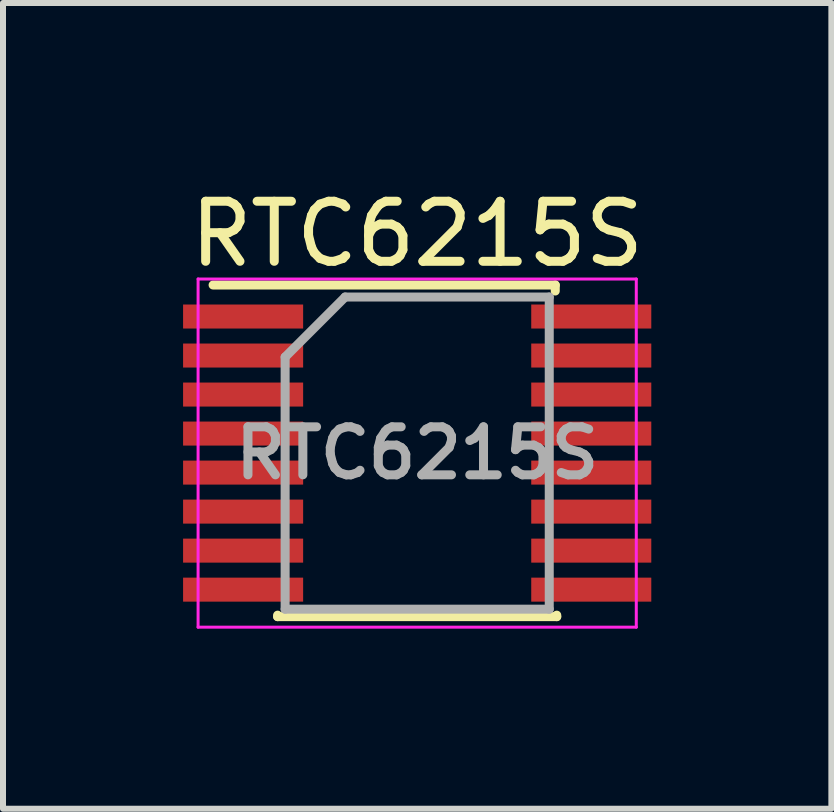
<source format=kicad_pcb>
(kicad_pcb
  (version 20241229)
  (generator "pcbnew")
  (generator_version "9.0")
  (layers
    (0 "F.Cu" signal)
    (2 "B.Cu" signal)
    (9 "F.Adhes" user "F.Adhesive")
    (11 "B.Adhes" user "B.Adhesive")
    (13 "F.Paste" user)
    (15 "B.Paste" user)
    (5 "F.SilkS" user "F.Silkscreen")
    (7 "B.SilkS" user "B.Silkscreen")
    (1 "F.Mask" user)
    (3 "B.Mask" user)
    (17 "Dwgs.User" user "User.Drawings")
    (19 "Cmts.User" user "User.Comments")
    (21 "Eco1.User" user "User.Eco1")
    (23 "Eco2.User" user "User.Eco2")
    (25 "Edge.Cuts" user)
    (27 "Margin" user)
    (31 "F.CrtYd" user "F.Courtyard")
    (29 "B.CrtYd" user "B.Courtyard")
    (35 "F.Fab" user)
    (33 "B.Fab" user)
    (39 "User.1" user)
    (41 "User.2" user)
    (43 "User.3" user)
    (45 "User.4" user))
  (footprint "RTC6215S"
    (layer "F.Cu")
    (at 3.9 4.498)
    (property "Reference" "RTC6215S" (at 0 -3.65 0) (layer "F.SilkS") (effects (font (size 1 1) (thickness 0.15))))
    (attr smd)
    (fp_line (start -3.4 -2.8) (end 2.3 -2.8) (stroke (width 0.15) (type solid)) (layer "F.SilkS"))
    (fp_line (start -2.325 2.725) (end -2.325 2.7) (stroke (width 0.15) (type solid)) (layer "F.SilkS"))
    (fp_line (start -2.325 2.725) (end 2.325 2.725) (stroke (width 0.15) (type solid)) (layer "F.SilkS"))
    (fp_line (start 2.3 -2.8) (end 2.3 -2.7) (stroke (width 0.15) (type solid)) (layer "F.SilkS"))
    (fp_line (start 2.325 2.725) (end 2.325 2.7) (stroke (width 0.15) (type solid)) (layer "F.SilkS"))
    (fp_line (start -3.65 -2.9) (end -3.65 2.9) (stroke (width 0.05) (type solid)) (layer "F.CrtYd"))
    (fp_line (start -3.65 -2.9) (end 3.65 -2.9) (stroke (width 0.05) (type solid)) (layer "F.CrtYd"))
    (fp_line (start -3.65 2.9) (end 3.65 2.9) (stroke (width 0.05) (type solid)) (layer "F.CrtYd"))
    (fp_line (start 3.65 -2.9) (end 3.65 2.9) (stroke (width 0.05) (type solid)) (layer "F.CrtYd"))
    (fp_line (start -2.2 -1.6) (end -1.2 -2.6) (stroke (width 0.15) (type solid)) (layer "F.Fab"))
    (fp_line (start -2.2 2.6) (end -2.2 -1.6) (stroke (width 0.15) (type solid)) (layer "F.Fab"))
    (fp_line (start -1.2 -2.6) (end 2.2 -2.6) (stroke (width 0.15) (type solid)) (layer "F.Fab"))
    (fp_line (start 2.2 -2.6) (end 2.2 2.6) (stroke (width 0.15) (type solid)) (layer "F.Fab"))
    (fp_line (start 2.2 2.6) (end -2.2 2.6) (stroke (width 0.15) (type solid)) (layer "F.Fab"))
    (fp_text user "${REFERENCE}" (at 0 0 0) (layer "F.Fab") (effects (font (size 0.8 0.8) (thickness 0.15))))
    (pad "1" smd rect (at -2.9 -2.275) (size 2 0.4) (layers "F.Cu" "F.Mask" "F.Paste"))
    (pad "2" smd rect (at -2.9 -1.625) (size 2 0.4) (layers "F.Cu" "F.Mask" "F.Paste"))
    (pad "3" smd rect (at -2.9 -0.975) (size 2 0.4) (layers "F.Cu" "F.Mask" "F.Paste"))
    (pad "4" smd rect (at -2.9 -0.325) (size 2 0.4) (layers "F.Cu" "F.Mask" "F.Paste"))
    (pad "5" smd rect (at -2.9 0.325) (size 2 0.4) (layers "F.Cu" "F.Mask" "F.Paste"))
    (pad "6" smd rect (at -2.9 0.975) (size 2 0.4) (layers "F.Cu" "F.Mask" "F.Paste"))
    (pad "7" smd rect (at -2.9 1.625) (size 2 0.4) (layers "F.Cu" "F.Mask" "F.Paste"))
    (pad "8" smd rect (at -2.9 2.275) (size 2 0.4) (layers "F.Cu" "F.Mask" "F.Paste"))
    (pad "9" smd rect (at 2.9 2.275) (size 2 0.4) (layers "F.Cu" "F.Mask" "F.Paste"))
    (pad "10" smd rect (at 2.9 1.625) (size 2 0.4) (layers "F.Cu" "F.Mask" "F.Paste"))
    (pad "11" smd rect (at 2.9 0.975) (size 2 0.4) (layers "F.Cu" "F.Mask" "F.Paste"))
    (pad "12" smd rect (at 2.9 0.325) (size 2 0.4) (layers "F.Cu" "F.Mask" "F.Paste"))
    (pad "13" smd rect (at 2.9 -0.325) (size 2 0.4) (layers "F.Cu" "F.Mask" "F.Paste"))
    (pad "14" smd rect (at 2.9 -0.975) (size 2 0.4) (layers "F.Cu" "F.Mask" "F.Paste"))
    (pad "15" smd rect (at 2.9 -1.625) (size 2 0.4) (layers "F.Cu" "F.Mask" "F.Paste"))
    (pad "16" smd rect (at 2.9 -2.275) (size 2 0.4) (layers "F.Cu" "F.Mask" "F.Paste")))
  (gr_rect
    (start -3 -3)
    (end 10.8 10.423)
    (stroke (width 0.1) (type default))
    (fill no)
    (layer "Edge.Cuts")))
</source>
